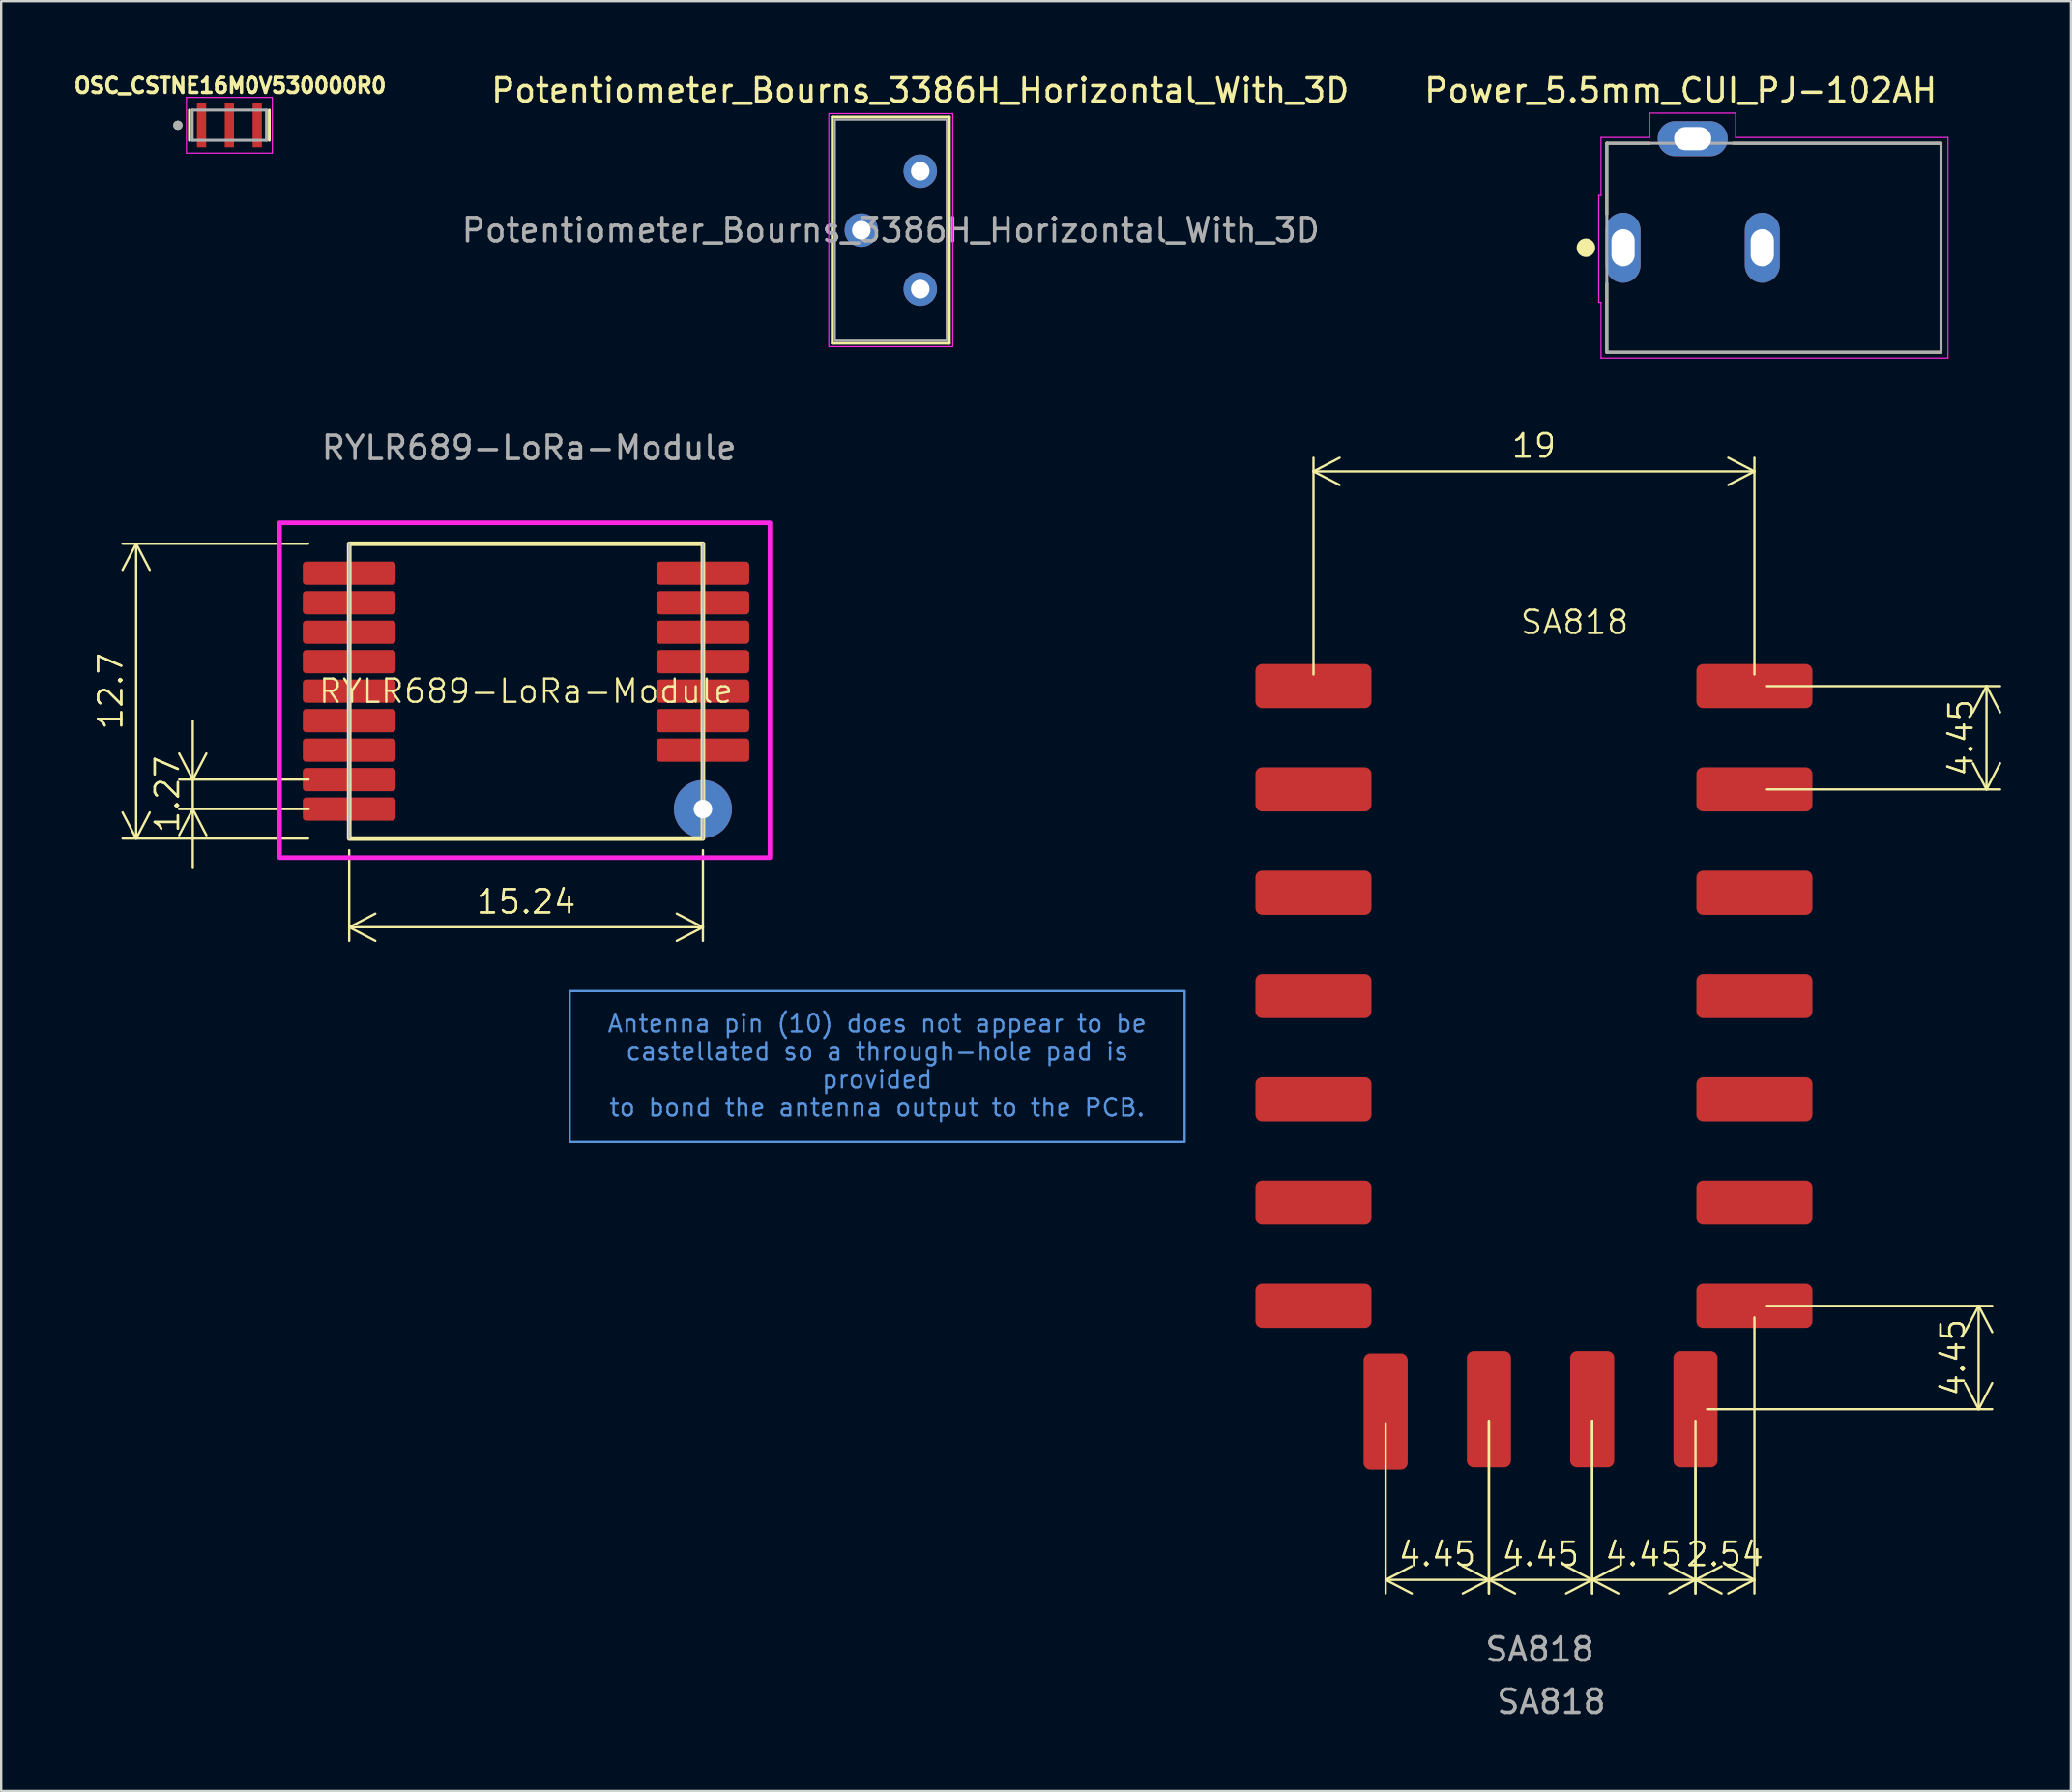
<source format=kicad_pcb>
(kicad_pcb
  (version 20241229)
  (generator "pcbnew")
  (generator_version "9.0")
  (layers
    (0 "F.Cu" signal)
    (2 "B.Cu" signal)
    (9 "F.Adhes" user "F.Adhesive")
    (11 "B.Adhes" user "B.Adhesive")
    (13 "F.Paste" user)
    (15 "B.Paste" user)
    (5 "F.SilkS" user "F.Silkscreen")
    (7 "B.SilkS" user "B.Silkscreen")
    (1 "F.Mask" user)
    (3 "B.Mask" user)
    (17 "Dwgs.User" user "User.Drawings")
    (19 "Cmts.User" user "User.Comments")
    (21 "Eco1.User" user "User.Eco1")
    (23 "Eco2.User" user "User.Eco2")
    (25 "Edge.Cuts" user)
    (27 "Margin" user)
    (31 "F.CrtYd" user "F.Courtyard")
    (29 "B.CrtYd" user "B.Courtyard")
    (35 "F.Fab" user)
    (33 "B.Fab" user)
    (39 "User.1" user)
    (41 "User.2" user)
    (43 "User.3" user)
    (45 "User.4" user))
  (footprint "OSC_CSTNE16M0V530000R0"
    (layer "F.Cu")
    (at 6.834 2.344)
    (property "Reference" "OSC_CSTNE16M0V530000R0" (at 0.032 -1.706 0) (layer "F.SilkS") (effects (font (size 0.64 0.64) (thickness 0.15))))
    (attr smd)
    (fp_line (start -1.72 -0.65) (end -1.72 0.65) (stroke (width 0.127) (type solid)) (layer "F.SilkS"))
    (fp_line (start 1.72 -0.65) (end 1.72 0.65) (stroke (width 0.127) (type solid)) (layer "F.SilkS"))
    (fp_circle (center -2.22 0) (end -2.12 0) (stroke (width 0.2) (type solid)) (fill no) (layer "F.SilkS"))
    (fp_line (start -1.85 -1.2) (end 1.85 -1.2) (stroke (width 0.05) (type solid)) (layer "F.CrtYd"))
    (fp_line (start -1.85 1.2) (end -1.85 -1.2) (stroke (width 0.05) (type solid)) (layer "F.CrtYd"))
    (fp_line (start 1.85 -1.2) (end 1.85 1.2) (stroke (width 0.05) (type solid)) (layer "F.CrtYd"))
    (fp_line (start 1.85 1.2) (end -1.85 1.2) (stroke (width 0.05) (type solid)) (layer "F.CrtYd"))
    (fp_line (start -1.6 -0.65) (end -1.6 0.65) (stroke (width 0.127) (type solid)) (layer "F.Fab"))
    (fp_line (start -1.6 -0.65) (end 1.6 -0.65) (stroke (width 0.127) (type solid)) (layer "F.Fab"))
    (fp_line (start 1.6 -0.65) (end 1.6 0.65) (stroke (width 0.127) (type solid)) (layer "F.Fab"))
    (fp_line (start 1.6 0.65) (end -1.6 0.65) (stroke (width 0.127) (type solid)) (layer "F.Fab"))
    (fp_circle (center -2.22 0) (end -2.12 0) (stroke (width 0.2) (type solid)) (fill no) (layer "F.Fab"))
    (pad "1" smd rect (at -1.2 0) (size 0.4 1.9) (layers "F.Cu" "F.Mask" "F.Paste"))
    (pad "2" smd rect (at 0 0) (size 0.4 1.9) (layers "F.Cu" "F.Mask" "F.Paste"))
    (pad "3" smd rect (at 1.2 0) (size 0.4 1.9) (layers "F.Cu" "F.Mask" "F.Paste")))
  (footprint "Power_5.5mm_CUI_PJ-102AH"
    (layer "F.Cu")
    (at 73.386 7.622)
    (property "Reference" "Power_5.5mm_CUI_PJ-102AH" (at -4.02 -6.773 0) (layer "F.SilkS") (effects (font (size 1.001 1.001) (thickness 0.15))))
    (attr through_hole)
    (fp_line (start -7.2 -4.5) (end -5.35 -4.5) (stroke (width 0.127) (type solid)) (layer "F.SilkS"))
    (fp_line (start -7.2 -1.45) (end -7.2 -4.5) (stroke (width 0.127) (type solid)) (layer "F.SilkS"))
    (fp_line (start -7.2 4.5) (end -7.2 1.55) (stroke (width 0.127) (type solid)) (layer "F.SilkS"))
    (fp_line (start -1.75 -4.5) (end 7.2 -4.5) (stroke (width 0.127) (type solid)) (layer "F.SilkS"))
    (fp_line (start 7.2 -4.5) (end 7.2 4.5) (stroke (width 0.127) (type solid)) (layer "F.SilkS"))
    (fp_line (start 7.2 4.5) (end -7.2 4.5) (stroke (width 0.127) (type solid)) (layer "F.SilkS"))
    (fp_circle (center -8.1 0) (end -7.9 0) (stroke (width 0.4) (type solid)) (fill no) (layer "F.SilkS"))
    (fp_line (start -7.55 -2.25) (end -7.55 2.35) (stroke (width 0.05) (type solid)) (layer "F.CrtYd"))
    (fp_line (start -7.55 2.35) (end -7.45 2.35) (stroke (width 0.05) (type solid)) (layer "F.CrtYd"))
    (fp_line (start -7.45 -4.75) (end -5.35 -4.75) (stroke (width 0.05) (type solid)) (layer "F.CrtYd"))
    (fp_line (start -7.45 -2.25) (end -7.55 -2.25) (stroke (width 0.05) (type solid)) (layer "F.CrtYd"))
    (fp_line (start -7.45 -2.25) (end -7.45 -4.75) (stroke (width 0.05) (type solid)) (layer "F.CrtYd"))
    (fp_line (start -7.45 4.75) (end -7.45 2.35) (stroke (width 0.05) (type solid)) (layer "F.CrtYd"))
    (fp_line (start -5.35 -5.8) (end -1.65 -5.8) (stroke (width 0.05) (type solid)) (layer "F.CrtYd"))
    (fp_line (start -5.35 -4.75) (end -5.35 -5.8) (stroke (width 0.05) (type solid)) (layer "F.CrtYd"))
    (fp_line (start -1.65 -5.8) (end -1.65 -4.75) (stroke (width 0.05) (type solid)) (layer "F.CrtYd"))
    (fp_line (start -1.65 -4.75) (end 7.5 -4.75) (stroke (width 0.05) (type solid)) (layer "F.CrtYd"))
    (fp_line (start 7.5 -4.75) (end 7.5 4.75) (stroke (width 0.05) (type solid)) (layer "F.CrtYd"))
    (fp_line (start 7.5 4.75) (end -7.45 4.75) (stroke (width 0.05) (type solid)) (layer "F.CrtYd"))
    (fp_line (start -7.2 -4.5) (end 7.2 -4.5) (stroke (width 0.127) (type solid)) (layer "F.Fab"))
    (fp_line (start -7.2 4.5) (end -7.2 -4.5) (stroke (width 0.127) (type solid)) (layer "F.Fab"))
    (fp_line (start 7.2 -4.5) (end 7.2 4.5) (stroke (width 0.127) (type solid)) (layer "F.Fab"))
    (fp_line (start 7.2 4.5) (end -7.2 4.5) (stroke (width 0.127) (type solid)) (layer "F.Fab"))
    (pad "1" thru_hole oval (at -6.5 0) (size 1.508 3.016) (drill oval 1 1.6) (layers "*.Cu" "*.Mask"))
    (pad "2" thru_hole oval (at -0.5 0) (size 1.508 3.016) (drill oval 1 1.6) (layers "*.Cu" "*.Mask"))
    (pad "3" thru_hole oval (at -3.5 -4.7) (size 3.016 1.508) (drill oval 1.6 1) (layers "*.Cu" "*.Mask")))
  (footprint "RYLR689-LoRa-Module"
    (layer "F.Cu")
    (at 11.997 21.645)
    (property "Reference" "RYLR689-LoRa-Module" (at 7.62 5.08 0) (unlocked yes) (layer "F.SilkS") (effects (font (size 1 1) (thickness 0.1))))
    (attr smd)
    (fp_rect (start 0 -1.27) (end 15.24 11.43) (stroke (width 0.2) (type solid)) (fill no) (layer "F.SilkS"))
    (fp_line (start 0 -1.27) (end 0 11.43) (stroke (width 0.1) (type solid)) (layer "Dwgs.User"))
    (fp_line (start 15.24 -1.27) (end 15.24 11.43) (stroke (width 0.1) (type solid)) (layer "Dwgs.User"))
    (fp_rect (start -3 -2.17) (end 18.13 12.25) (stroke (width 0.2) (type solid)) (fill no) (layer "F.CrtYd"))
    (fp_text user "${REFERENCE}" (at 7.75 -5.4 0) (unlocked yes) (layer "F.Fab") (effects (font (size 1 1) (thickness 0.15))))
    (fp_text_box "Antenna pin (10) does not appear to be\ncastellated so a through-hole pad is provided\nto bond the antenna output to the PCB." (start 9.5 18) (end 36 24.5) (margins 1.002 1.002 1.002 1.002) (layer "Cmts.User") (effects (font (size 0.75 0.75) (thickness 0.1)) (justify top)) (border yes) (stroke (width 0.1) (type solid)))
    (dimension (type orthogonal) (layer "F.SilkS") (pts (xy 11.997 33.075) (xy 27.237 33.075)) (height 3.82) (orientation 0) (format (prefix "") (suffix "") (units 3) (units_format 0) (precision 4) (suppress_zeroes yes)) (style (thickness 0.1) (arrow_length 1.27) (text_position_mode 0) (arrow_direction outward) (extension_height 0.586) (extension_offset 0.5) (keep_text_aligned yes)) (gr_text "15.24" (at 19.617 35.795 0) (layer "F.SilkS") (effects (font (size 1 1) (thickness 0.1)))))
    (dimension (type orthogonal) (layer "F.SilkS") (pts (xy 10.727 33.075) (xy 10.727 20.375)) (height -7.91) (orientation 1) (format (prefix "") (suffix "") (units 3) (units_format 0) (precision 4) (suppress_zeroes yes)) (style (thickness 0.1) (arrow_length 1.27) (text_position_mode 0) (arrow_direction outward) (extension_height 0.586) (extension_offset 0.5) (keep_text_aligned yes)) (gr_text "12.7" (at 1.717 26.725 90) (layer "F.SilkS") (effects (font (size 1 1) (thickness 0.1)))))
    (dimension (type orthogonal) (layer "F.SilkS") (pts (xy 10.747 30.535) (xy 10.747 31.805)) (height -5.49) (orientation 1) (format (prefix "") (suffix "") (units 3) (units_format 0) (precision 4) (suppress_zeroes yes)) (style (thickness 0.1) (arrow_length 1.27) (text_position_mode 0) (arrow_direction inward) (extension_height 0.586) (extension_offset 0.5) (keep_text_aligned yes)) (gr_text "1.27" (at 4.157 31.17 90) (layer "F.SilkS") (effects (font (size 1 1) (thickness 0.1)))))
    (pad "1" smd roundrect (at 0 0) (size 4 1) (layers "F.Cu" "F.Mask" "F.Paste") (roundrect_rratio 0.15))
    (pad "2" smd roundrect (at 0 1.27) (size 4 1) (layers "F.Cu" "F.Mask" "F.Paste") (roundrect_rratio 0.15))
    (pad "3" smd roundrect (at 0 2.54) (size 4 1) (layers "F.Cu" "F.Mask" "F.Paste") (roundrect_rratio 0.15))
    (pad "4" smd roundrect (at 0 3.81) (size 4 1) (layers "F.Cu" "F.Mask" "F.Paste") (roundrect_rratio 0.15))
    (pad "5" smd roundrect (at 0 5.08) (size 4 1) (layers "F.Cu" "F.Mask" "F.Paste") (roundrect_rratio 0.15))
    (pad "6" smd roundrect (at 0 6.35) (size 4 1) (layers "F.Cu" "F.Mask" "F.Paste") (roundrect_rratio 0.15))
    (pad "7" smd roundrect (at 0 7.62) (size 4 1) (layers "F.Cu" "F.Mask" "F.Paste") (roundrect_rratio 0.15))
    (pad "8" smd roundrect (at 0 8.89) (size 4 1) (layers "F.Cu" "F.Mask" "F.Paste") (roundrect_rratio 0.15))
    (pad "9" smd roundrect (at 0 10.16) (size 4 1) (layers "F.Cu" "F.Mask" "F.Paste") (roundrect_rratio 0.15))
    (pad "10" thru_hole circle (at 15.24 10.16) (size 2.5 2.5) (drill 0.8) (layers "*.Cu" "*.Mask"))
    (pad "12" smd roundrect (at 15.24 7.62) (size 4 1) (layers "F.Cu" "F.Mask" "F.Paste") (roundrect_rratio 0.15))
    (pad "13" smd roundrect (at 15.24 6.35) (size 4 1) (layers "F.Cu" "F.Mask" "F.Paste") (roundrect_rratio 0.15))
    (pad "14" smd roundrect (at 15.24 5.08) (size 4 1) (layers "F.Cu" "F.Mask" "F.Paste") (roundrect_rratio 0.15))
    (pad "15" smd roundrect (at 15.24 3.81) (size 4 1) (layers "F.Cu" "F.Mask" "F.Paste") (roundrect_rratio 0.15))
    (pad "16" smd roundrect (at 15.24 2.54) (size 4 1) (layers "F.Cu" "F.Mask" "F.Paste") (roundrect_rratio 0.15))
    (pad "17" smd roundrect (at 15.24 1.27) (size 4 1) (layers "F.Cu" "F.Mask" "F.Paste") (roundrect_rratio 0.15))
    (pad "18" smd roundrect (at 15.24 0) (size 4 1) (layers "F.Cu" "F.Mask" "F.Paste") (roundrect_rratio 0.15)))
  (footprint "SA818"
    (layer "F.Cu")
    (at 72.547 26.508)
    (property "Reference" "SA818" (at -7.75 -2.75 0) (unlocked yes) (layer "F.SilkS") (effects (font (size 1 1) (thickness 0.1))))
    (attr smd)
    (fp_text user "${REFERENCE}" (at -9.25 41.5 0) (unlocked yes) (layer "F.Fab") (effects (font (size 1 1) (thickness 0.15))))
    (fp_text user "${REFERENCE}" (at -8.75 43.75 0) (unlocked yes) (layer "F.Fab") (effects (font (size 1 1) (thickness 0.15))))
    (dimension (type orthogonal) (layer "F.SilkS") (pts (xy 72.547 26.508) (xy 72.547 30.958)) (height 10) (orientation 1) (format (prefix "") (suffix "") (units 3) (units_format 0) (precision 4) (suppress_zeroes yes)) (style (thickness 0.1) (arrow_length 1.27) (text_position_mode 0) (arrow_direction outward) (extension_height 0.586) (extension_offset 0.5) (keep_text_aligned yes)) (gr_text "4.45" (at 81.447 28.733 90) (layer "F.SilkS") (effects (font (size 1 1) (thickness 0.1)))))
    (dimension (type orthogonal) (layer "F.SilkS") (pts (xy 65.557 57.658) (xy 61.107 57.658)) (height 7.35) (orientation 0) (format (prefix "") (suffix "") (units 3) (units_format 0) (precision 4) (suppress_zeroes yes)) (style (thickness 0.1) (arrow_length 1.27) (text_position_mode 0) (arrow_direction outward) (extension_height 0.586) (extension_offset 0.5) (keep_text_aligned yes)) (gr_text "4.45" (at 63.332 63.908 0) (layer "F.SilkS") (effects (font (size 1 1) (thickness 0.1)))))
    (dimension (type orthogonal) (layer "F.SilkS") (pts (xy 53.547 26.508) (xy 72.547 26.508)) (height -9.25) (orientation 0) (format (prefix "") (suffix "") (units 3) (units_format 0) (precision 4) (suppress_zeroes yes)) (style (thickness 0.1) (arrow_length 1.27) (text_position_mode 0) (arrow_direction outward) (extension_height 0.586) (extension_offset 0.5) (keep_text_aligned yes)) (gr_text "19" (at 63.047 16.158 0) (layer "F.SilkS") (effects (font (size 1 1) (thickness 0.1)))))
    (dimension (type orthogonal) (layer "F.SilkS") (pts (xy 70.007 57.658) (xy 72.547 53.208)) (height 7.35) (orientation 0) (format (prefix "") (suffix "") (units 3) (units_format 0) (precision 4) (suppress_zeroes yes)) (style (thickness 0.1) (arrow_length 1.27) (text_position_mode 0) (arrow_direction outward) (extension_height 0.586) (extension_offset 0.5)) (gr_text "2.54" (at 71.277 63.908 0) (layer "F.SilkS") (effects (font (size 1 1) (thickness 0.1)))))
    (dimension (type orthogonal) (layer "F.SilkS") (pts (xy 65.557 57.658) (xy 70.007 59.658)) (height 7.35) (orientation 0) (format (prefix "") (suffix "") (units 3) (units_format 0) (precision 4) (suppress_zeroes yes)) (style (thickness 0.1) (arrow_length 1.27) (text_position_mode 0) (arrow_direction outward) (extension_height 0.586) (extension_offset 0.5) (keep_text_aligned yes)) (gr_text "4.45" (at 67.782 63.908 0) (layer "F.SilkS") (effects (font (size 1 1) (thickness 0.1)))))
    (dimension (type orthogonal) (layer "F.SilkS") (pts (xy 61.107 57.658) (xy 56.657 57.758)) (height 7.35) (orientation 0) (format (prefix "") (suffix "") (units 3) (units_format 0) (precision 4) (suppress_zeroes yes)) (style (thickness 0.1) (arrow_length 1.27) (text_position_mode 0) (arrow_direction outward) (extension_height 0.586) (extension_offset 0.5) (keep_text_aligned yes)) (gr_text "4.45" (at 58.882 63.908 0) (layer "F.SilkS") (effects (font (size 1 1) (thickness 0.1)))))
    (dimension (type orthogonal) (layer "F.SilkS") (pts (xy 70.007 57.658) (xy 72.547 53.208)) (height 12.2) (orientation 1) (format (prefix "") (suffix "") (units 3) (units_format 0) (precision 4) (suppress_zeroes yes)) (style (thickness 0.1) (arrow_length 1.27) (text_position_mode 0) (arrow_direction outward) (extension_height 0.586) (extension_offset 0.5) (keep_text_aligned yes)) (gr_text "4.45" (at 81.107 55.433 90) (layer "F.SilkS") (effects (font (size 1 1) (thickness 0.1)))))
    (pad "1" smd roundrect (at 0 0) (size 5 1.9) (layers "F.Cu" "F.Mask" "F.Paste") (roundrect_rratio 0.15))
    (pad "2" smd roundrect (at 0 4.45) (size 5 1.9) (layers "F.Cu" "F.Mask" "F.Paste") (roundrect_rratio 0.15))
    (pad "3" smd roundrect (at 0 8.9) (size 5 1.9) (layers "F.Cu" "F.Mask" "F.Paste") (roundrect_rratio 0.15))
    (pad "4" smd roundrect (at 0 13.35) (size 5 1.9) (layers "F.Cu" "F.Mask" "F.Paste") (roundrect_rratio 0.15))
    (pad "5" smd roundrect (at 0 17.8) (size 5 1.9) (layers "F.Cu" "F.Mask" "F.Paste") (roundrect_rratio 0.15))
    (pad "6" smd roundrect (at 0 22.25) (size 5 1.9) (layers "F.Cu" "F.Mask" "F.Paste") (roundrect_rratio 0.15))
    (pad "7" smd roundrect (at 0 26.7) (size 5 1.9) (layers "F.Cu" "F.Mask" "F.Paste") (roundrect_rratio 0.15))
    (pad "8" smd roundrect (at -2.54 31.15 90) (size 5 1.9) (layers "F.Cu" "F.Mask" "F.Paste") (roundrect_rratio 0.15))
    (pad "9" smd roundrect (at -6.99 31.15 90) (size 5 1.9) (layers "F.Cu" "F.Mask" "F.Paste") (roundrect_rratio 0.15))
    (pad "10" smd roundrect (at -11.44 31.15 90) (size 5 1.9) (layers "F.Cu" "F.Mask" "F.Paste") (roundrect_rratio 0.15))
    (pad "11" smd roundrect (at -15.89 31.25 90) (size 5 1.9) (layers "F.Cu" "F.Mask" "F.Paste") (roundrect_rratio 0.15))
    (pad "12" smd roundrect (at -19 26.7) (size 5 1.9) (layers "F.Cu" "F.Mask" "F.Paste") (roundrect_rratio 0.15))
    (pad "13" smd roundrect (at -19 22.25) (size 5 1.9) (layers "F.Cu" "F.Mask" "F.Paste") (roundrect_rratio 0.15))
    (pad "14" smd roundrect (at -19 17.8) (size 5 1.9) (layers "F.Cu" "F.Mask" "F.Paste") (roundrect_rratio 0.15))
    (pad "15" smd roundrect (at -19 13.35) (size 5 1.9) (layers "F.Cu" "F.Mask" "F.Paste") (roundrect_rratio 0.15))
    (pad "16" smd roundrect (at -19 8.9) (size 5 1.9) (layers "F.Cu" "F.Mask" "F.Paste") (roundrect_rratio 0.15))
    (pad "17" smd roundrect (at -19 4.45) (size 5 1.9) (layers "F.Cu" "F.Mask" "F.Paste") (roundrect_rratio 0.15))
    (pad "18" smd roundrect (at -19 0) (size 5 1.9) (layers "F.Cu" "F.Mask" "F.Paste") (roundrect_rratio 0.15)))
  (footprint "Potentiometer_Bourns_3386H_Horizontal_With_3D"
    (layer "F.Cu")
    (at 36.603 4.323)
    (property "Reference" "Potentiometer_Bourns_3386H_Horizontal_With_3D" (at 0 -3.475 0) (layer "F.SilkS") (effects (font (size 1 1) (thickness 0.15))))
    (attr through_hole)
    (fp_line (start -3.795 -2.335) (end 1.255 -2.335) (stroke (width 0.12) (type solid)) (layer "F.SilkS"))
    (fp_line (start -3.795 7.415) (end -3.795 -2.335) (stroke (width 0.12) (type solid)) (layer "F.SilkS"))
    (fp_line (start 1.255 -2.335) (end 1.255 7.415) (stroke (width 0.12) (type solid)) (layer "F.SilkS"))
    (fp_line (start 1.255 7.415) (end -3.795 7.415) (stroke (width 0.12) (type solid)) (layer "F.SilkS"))
    (fp_rect (start -3.94 -2.48) (end 1.4 7.56) (stroke (width 0.05) (type solid)) (fill no) (layer "F.CrtYd"))
    (fp_rect (start -3.685 -2.225) (end 1.145 7.305) (stroke (width 0.1) (type solid)) (fill no) (layer "F.Fab"))
    (fp_text user "${REFERENCE}" (at -1.27 2.54 0) (layer "F.Fab") (effects (font (size 1 1) (thickness 0.15))))
    (pad "1" thru_hole circle (at 0 0) (size 1.44 1.44) (drill 0.8) (layers "*.Cu" "*.Mask"))
    (pad "2" thru_hole circle (at -2.54 2.54) (size 1.44 1.44) (drill 0.8) (layers "*.Cu" "*.Mask"))
    (pad "3" thru_hole circle (at 0 5.08) (size 1.44 1.44) (drill 0.8) (layers "*.Cu" "*.Mask")))
  (gr_rect
    (start -3 -3)
    (end 86.183 74.106)
    (stroke (width 0.1) (type default))
    (fill no)
    (layer "Edge.Cuts")))
</source>
